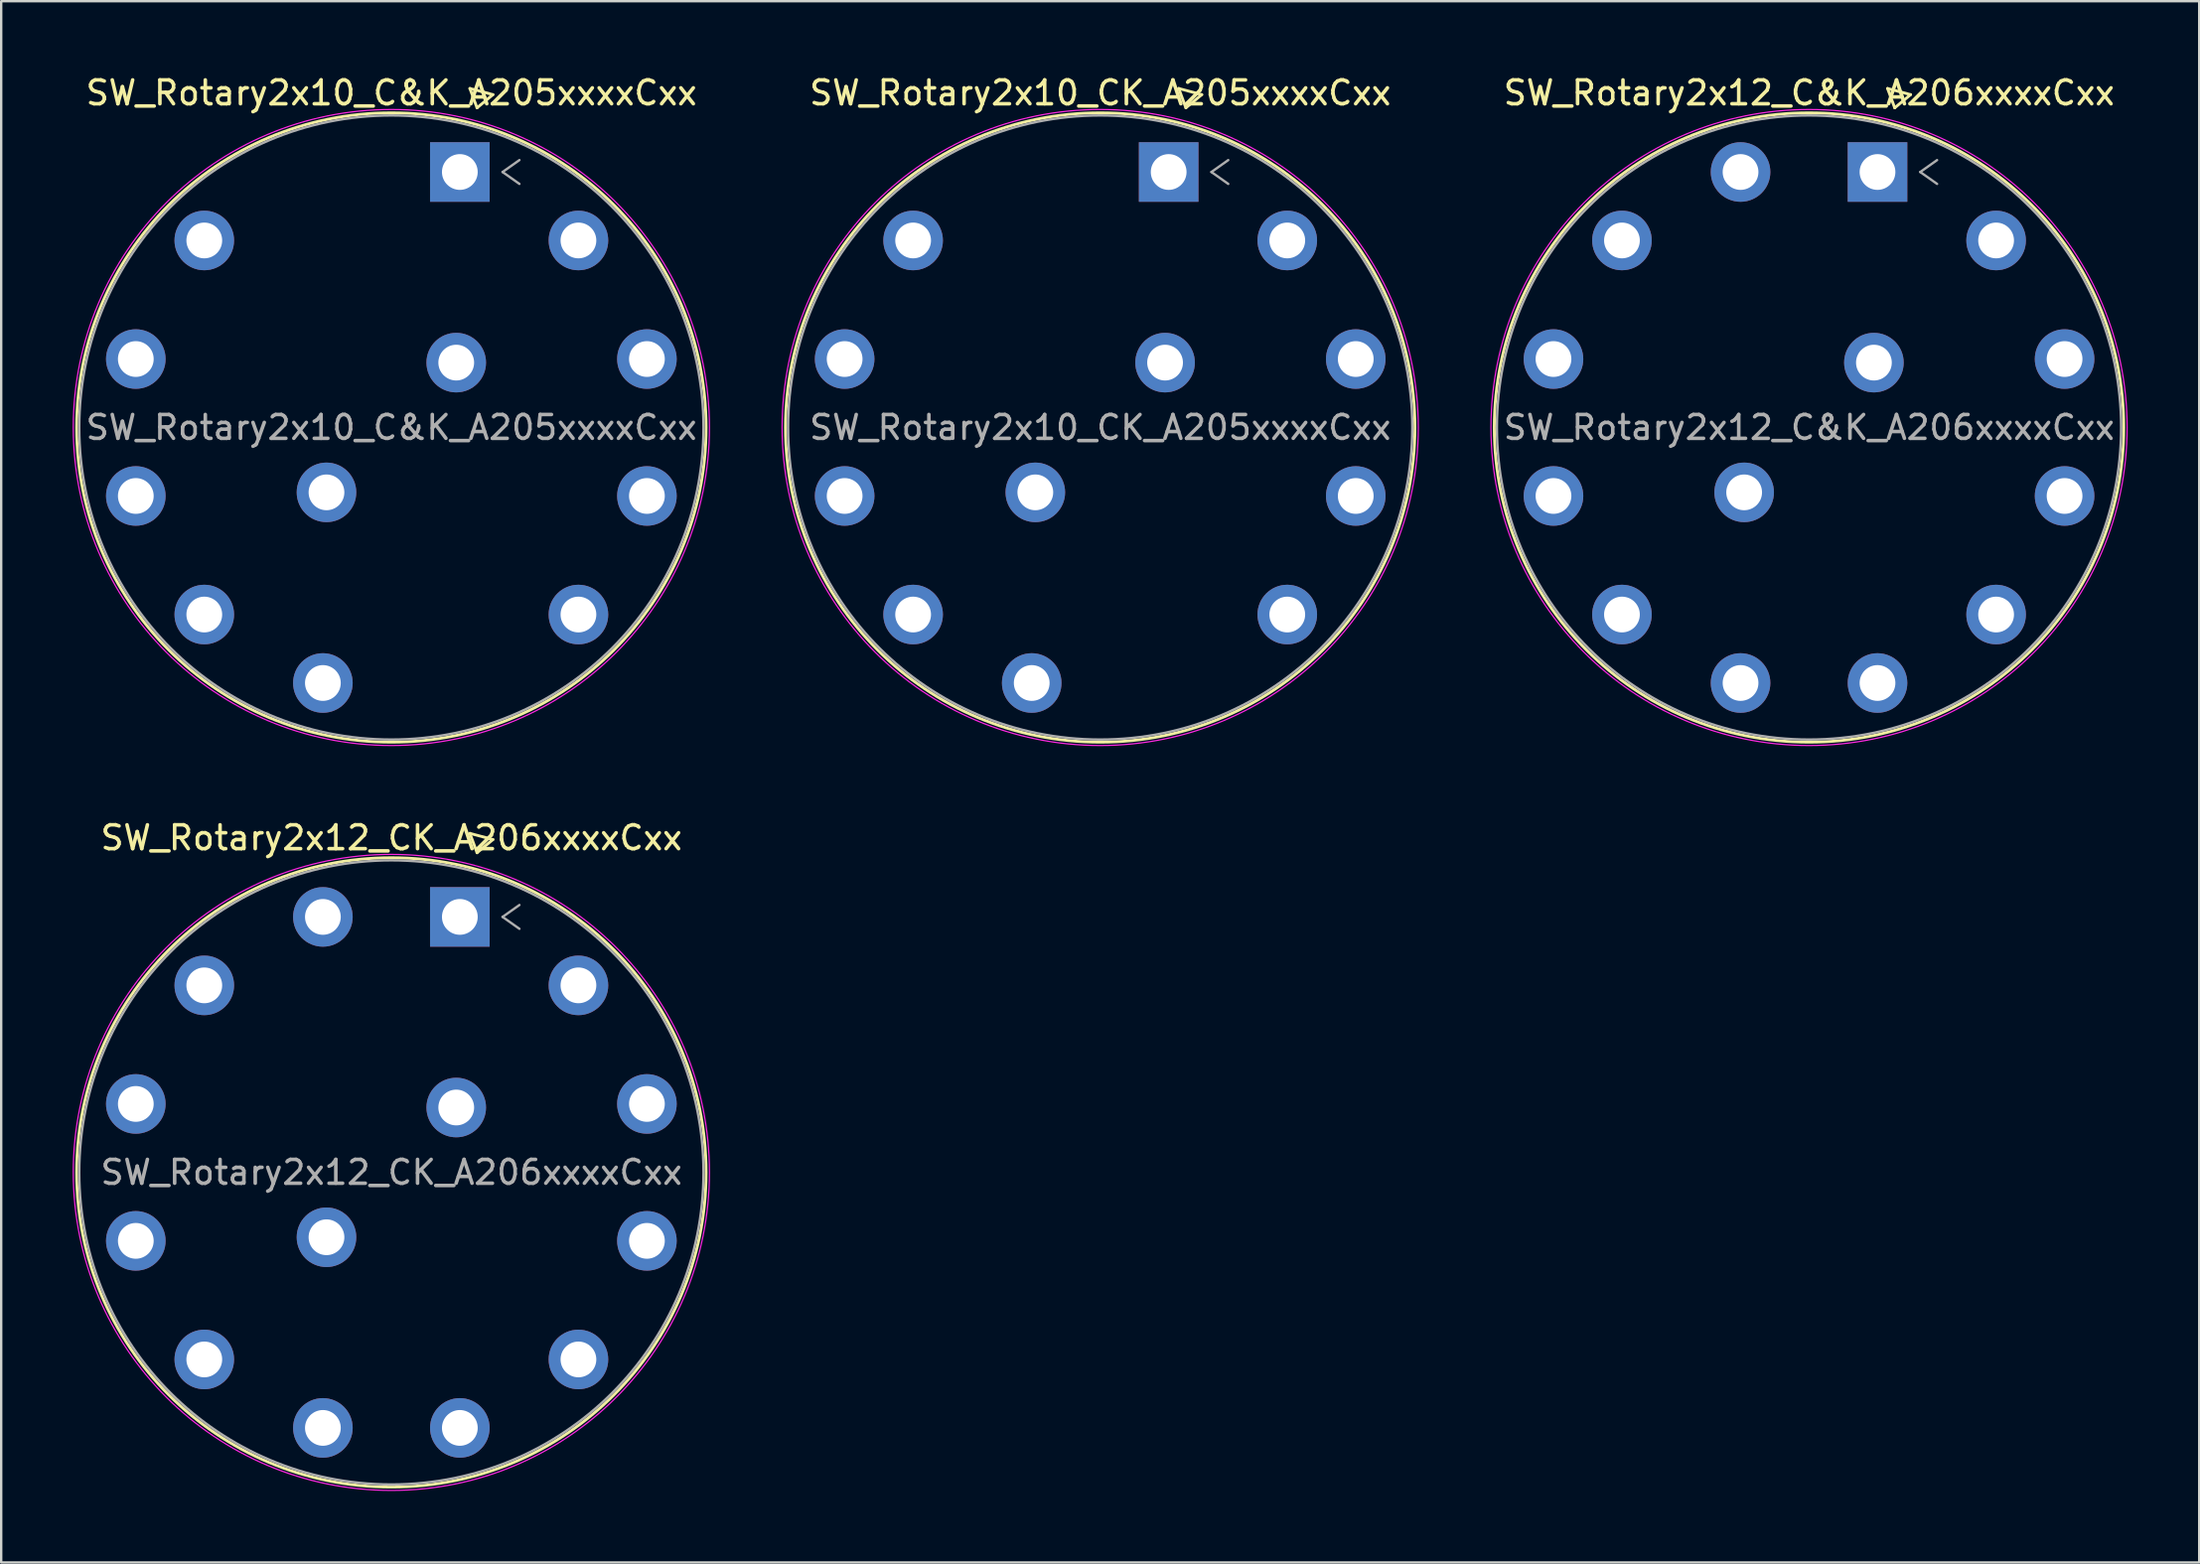
<source format=kicad_pcb>
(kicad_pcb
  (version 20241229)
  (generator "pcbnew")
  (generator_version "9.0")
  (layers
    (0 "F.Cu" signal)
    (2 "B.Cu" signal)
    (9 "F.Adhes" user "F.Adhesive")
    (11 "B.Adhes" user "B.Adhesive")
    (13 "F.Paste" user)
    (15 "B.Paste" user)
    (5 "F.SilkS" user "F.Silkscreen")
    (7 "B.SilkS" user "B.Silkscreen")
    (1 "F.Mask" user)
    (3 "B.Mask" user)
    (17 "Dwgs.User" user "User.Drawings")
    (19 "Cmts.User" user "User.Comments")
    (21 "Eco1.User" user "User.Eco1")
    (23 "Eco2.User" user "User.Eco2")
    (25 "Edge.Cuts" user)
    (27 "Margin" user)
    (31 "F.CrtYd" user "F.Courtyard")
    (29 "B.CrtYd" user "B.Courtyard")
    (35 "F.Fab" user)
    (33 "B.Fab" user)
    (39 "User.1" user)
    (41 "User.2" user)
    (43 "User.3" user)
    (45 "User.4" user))
  (footprint "SW_Rotary2x10_CK_A205xxxxCxx"
    (layer "F.Cu")
    (at 45.983 4.168)
    (property "Reference" "SW_Rotary2x10_CK_A205xxxxCxx" (at -2.87 -3.32 0) (layer "F.SilkS") (effects (font (size 1 1) (thickness 0.15))))
    (attr through_hole)
    (fp_line (start 0.422 -3.505) (end 0.722 -2.693) (stroke (width 0.12) (type solid)) (layer "F.SilkS"))
    (fp_line (start 0.722 -2.693) (end 1.388 -3.247) (stroke (width 0.12) (type solid)) (layer "F.SilkS"))
    (fp_line (start 1.388 -3.247) (end 0.422 -3.505) (stroke (width 0.12) (type solid)) (layer "F.SilkS"))
    (fp_circle (center -2.873 10.722) (end 10.332 10.722) (stroke (width 0.12) (type solid)) (fill no) (layer "F.SilkS"))
    (fp_circle (center -2.873 10.722) (end 10.472 10.722) (stroke (width 0.05) (type solid)) (fill no) (layer "F.CrtYd"))
    (fp_line (start 1.793 0) (end 2.5 0.5) (stroke (width 0.1) (type solid)) (layer "F.Fab"))
    (fp_line (start 2.5 -0.5) (end 1.793 0) (stroke (width 0.1) (type solid)) (layer "F.Fab"))
    (fp_circle (center -2.873 10.722) (end 10.222 10.722) (stroke (width 0.1) (type solid)) (fill no) (layer "F.Fab"))
    (fp_text user "${REFERENCE}" (at -2.87 10.72 0) (layer "F.Fab") (effects (font (size 1 1) (thickness 0.15))))
    (pad "1" thru_hole rect (at 0 0) (size 2.5 2.5) (drill 1.5) (layers "*.Cu" "*.Mask"))
    (pad "2" thru_hole circle (at 4.976 2.873) (size 2.5 2.5) (drill 1.5) (layers "*.Cu" "*.Mask"))
    (pad "3" thru_hole circle (at 7.849 7.849) (size 2.5 2.5) (drill 1.5) (layers "*.Cu" "*.Mask"))
    (pad "4" thru_hole circle (at 7.849 13.595) (size 2.5 2.5) (drill 1.5) (layers "*.Cu" "*.Mask"))
    (pad "5" thru_hole circle (at 4.976 18.571) (size 2.5 2.5) (drill 1.5) (layers "*.Cu" "*.Mask"))
    (pad "7" thru_hole circle (at -5.746 21.444) (size 2.5 2.5) (drill 1.5) (layers "*.Cu" "*.Mask"))
    (pad "8" thru_hole circle (at -10.722 18.571) (size 2.5 2.5) (drill 1.5) (layers "*.Cu" "*.Mask"))
    (pad "9" thru_hole circle (at -13.595 13.595) (size 2.5 2.5) (drill 1.5) (layers "*.Cu" "*.Mask"))
    (pad "10" thru_hole circle (at -13.595 7.849) (size 2.5 2.5) (drill 1.5) (layers "*.Cu" "*.Mask"))
    (pad "11" thru_hole circle (at -10.722 2.873) (size 2.5 2.5) (drill 1.5) (layers "*.Cu" "*.Mask"))
    (pad "A" thru_hole circle (at -0.151 7.999) (size 2.5 2.5) (drill 1.5) (layers "*.Cu" "*.Mask"))
    (pad "C" thru_hole circle (at -5.595 13.444) (size 2.5 2.5) (drill 1.5) (layers "*.Cu" "*.Mask")))
  (footprint "SW_Rotary2x12_C&K_A206xxxxCxx"
    (layer "F.Cu")
    (at 75.723 4.168)
    (property "Reference" "SW_Rotary2x12_C&K_A206xxxxCxx" (at -2.87 -3.32 0) (layer "F.SilkS") (effects (font (size 1 1) (thickness 0.15))))
    (attr through_hole)
    (fp_line (start 0.422 -3.505) (end 0.722 -2.693) (stroke (width 0.12) (type solid)) (layer "F.SilkS"))
    (fp_line (start 0.722 -2.693) (end 1.388 -3.247) (stroke (width 0.12) (type solid)) (layer "F.SilkS"))
    (fp_line (start 1.388 -3.247) (end 0.422 -3.505) (stroke (width 0.12) (type solid)) (layer "F.SilkS"))
    (fp_circle (center -2.873 10.722) (end 10.332 10.722) (stroke (width 0.12) (type solid)) (fill no) (layer "F.SilkS"))
    (fp_circle (center -2.873 10.722) (end 10.472 10.722) (stroke (width 0.05) (type solid)) (fill no) (layer "F.CrtYd"))
    (fp_line (start 1.793 0) (end 2.5 0.5) (stroke (width 0.1) (type solid)) (layer "F.Fab"))
    (fp_line (start 2.5 -0.5) (end 1.793 0) (stroke (width 0.1) (type solid)) (layer "F.Fab"))
    (fp_circle (center -2.873 10.722) (end 10.222 10.722) (stroke (width 0.1) (type solid)) (fill no) (layer "F.Fab"))
    (fp_text user "${REFERENCE}" (at -2.87 10.72 0) (layer "F.Fab") (effects (font (size 1 1) (thickness 0.15))))
    (pad "1" thru_hole rect (at 0 0) (size 2.5 2.5) (drill 1.5) (layers "*.Cu" "*.Mask"))
    (pad "2" thru_hole circle (at 4.976 2.873) (size 2.5 2.5) (drill 1.5) (layers "*.Cu" "*.Mask"))
    (pad "3" thru_hole circle (at 7.849 7.849) (size 2.5 2.5) (drill 1.5) (layers "*.Cu" "*.Mask"))
    (pad "4" thru_hole circle (at 7.849 13.595) (size 2.5 2.5) (drill 1.5) (layers "*.Cu" "*.Mask"))
    (pad "5" thru_hole circle (at 4.976 18.571) (size 2.5 2.5) (drill 1.5) (layers "*.Cu" "*.Mask"))
    (pad "6" thru_hole circle (at 0 21.444) (size 2.5 2.5) (drill 1.5) (layers "*.Cu" "*.Mask"))
    (pad "7" thru_hole circle (at -5.746 21.444) (size 2.5 2.5) (drill 1.5) (layers "*.Cu" "*.Mask"))
    (pad "8" thru_hole circle (at -10.722 18.571) (size 2.5 2.5) (drill 1.5) (layers "*.Cu" "*.Mask"))
    (pad "9" thru_hole circle (at -13.595 13.595) (size 2.5 2.5) (drill 1.5) (layers "*.Cu" "*.Mask"))
    (pad "10" thru_hole circle (at -13.595 7.849) (size 2.5 2.5) (drill 1.5) (layers "*.Cu" "*.Mask"))
    (pad "11" thru_hole circle (at -10.722 2.873) (size 2.5 2.5) (drill 1.5) (layers "*.Cu" "*.Mask"))
    (pad "12" thru_hole circle (at -5.746 0) (size 2.5 2.5) (drill 1.5) (layers "*.Cu" "*.Mask"))
    (pad "A" thru_hole circle (at -0.151 7.999) (size 2.5 2.5) (drill 1.5) (layers "*.Cu" "*.Mask"))
    (pad "C" thru_hole circle (at -5.595 13.444) (size 2.5 2.5) (drill 1.5) (layers "*.Cu" "*.Mask")))
  (footprint "SW_Rotary2x10_C&K_A205xxxxCxx"
    (layer "F.Cu")
    (at 16.243 4.168)
    (property "Reference" "SW_Rotary2x10_C&K_A205xxxxCxx" (at -2.87 -3.32 0) (layer "F.SilkS") (effects (font (size 1 1) (thickness 0.15))))
    (attr through_hole)
    (fp_line (start 0.422 -3.505) (end 0.722 -2.693) (stroke (width 0.12) (type solid)) (layer "F.SilkS"))
    (fp_line (start 0.722 -2.693) (end 1.388 -3.247) (stroke (width 0.12) (type solid)) (layer "F.SilkS"))
    (fp_line (start 1.388 -3.247) (end 0.422 -3.505) (stroke (width 0.12) (type solid)) (layer "F.SilkS"))
    (fp_circle (center -2.873 10.722) (end 10.332 10.722) (stroke (width 0.12) (type solid)) (fill no) (layer "F.SilkS"))
    (fp_circle (center -2.873 10.722) (end 10.472 10.722) (stroke (width 0.05) (type solid)) (fill no) (layer "F.CrtYd"))
    (fp_line (start 1.793 0) (end 2.5 0.5) (stroke (width 0.1) (type solid)) (layer "F.Fab"))
    (fp_line (start 2.5 -0.5) (end 1.793 0) (stroke (width 0.1) (type solid)) (layer "F.Fab"))
    (fp_circle (center -2.873 10.722) (end 10.222 10.722) (stroke (width 0.1) (type solid)) (fill no) (layer "F.Fab"))
    (fp_text user "${REFERENCE}" (at -2.87 10.72 0) (layer "F.Fab") (effects (font (size 1 1) (thickness 0.15))))
    (pad "1" thru_hole rect (at 0 0) (size 2.5 2.5) (drill 1.5) (layers "*.Cu" "*.Mask"))
    (pad "2" thru_hole circle (at 4.976 2.873) (size 2.5 2.5) (drill 1.5) (layers "*.Cu" "*.Mask"))
    (pad "3" thru_hole circle (at 7.849 7.849) (size 2.5 2.5) (drill 1.5) (layers "*.Cu" "*.Mask"))
    (pad "4" thru_hole circle (at 7.849 13.595) (size 2.5 2.5) (drill 1.5) (layers "*.Cu" "*.Mask"))
    (pad "5" thru_hole circle (at 4.976 18.571) (size 2.5 2.5) (drill 1.5) (layers "*.Cu" "*.Mask"))
    (pad "7" thru_hole circle (at -5.746 21.444) (size 2.5 2.5) (drill 1.5) (layers "*.Cu" "*.Mask"))
    (pad "8" thru_hole circle (at -10.722 18.571) (size 2.5 2.5) (drill 1.5) (layers "*.Cu" "*.Mask"))
    (pad "9" thru_hole circle (at -13.595 13.595) (size 2.5 2.5) (drill 1.5) (layers "*.Cu" "*.Mask"))
    (pad "10" thru_hole circle (at -13.595 7.849) (size 2.5 2.5) (drill 1.5) (layers "*.Cu" "*.Mask"))
    (pad "11" thru_hole circle (at -10.722 2.873) (size 2.5 2.5) (drill 1.5) (layers "*.Cu" "*.Mask"))
    (pad "A" thru_hole circle (at -0.151 7.999) (size 2.5 2.5) (drill 1.5) (layers "*.Cu" "*.Mask"))
    (pad "C" thru_hole circle (at -5.595 13.444) (size 2.5 2.5) (drill 1.5) (layers "*.Cu" "*.Mask")))
  (footprint "SW_Rotary2x12_CK_A206xxxxCxx"
    (layer "F.Cu")
    (at 16.243 35.428)
    (property "Reference" "SW_Rotary2x12_CK_A206xxxxCxx" (at -2.87 -3.32 0) (layer "F.SilkS") (effects (font (size 1 1) (thickness 0.15))))
    (attr through_hole)
    (fp_line (start 0.422 -3.505) (end 0.722 -2.693) (stroke (width 0.12) (type solid)) (layer "F.SilkS"))
    (fp_line (start 0.722 -2.693) (end 1.388 -3.247) (stroke (width 0.12) (type solid)) (layer "F.SilkS"))
    (fp_line (start 1.388 -3.247) (end 0.422 -3.505) (stroke (width 0.12) (type solid)) (layer "F.SilkS"))
    (fp_circle (center -2.873 10.722) (end 10.332 10.722) (stroke (width 0.12) (type solid)) (fill no) (layer "F.SilkS"))
    (fp_circle (center -2.873 10.722) (end 10.472 10.722) (stroke (width 0.05) (type solid)) (fill no) (layer "F.CrtYd"))
    (fp_line (start 1.793 0) (end 2.5 0.5) (stroke (width 0.1) (type solid)) (layer "F.Fab"))
    (fp_line (start 2.5 -0.5) (end 1.793 0) (stroke (width 0.1) (type solid)) (layer "F.Fab"))
    (fp_circle (center -2.873 10.722) (end 10.222 10.722) (stroke (width 0.1) (type solid)) (fill no) (layer "F.Fab"))
    (fp_text user "${REFERENCE}" (at -2.87 10.72 0) (layer "F.Fab") (effects (font (size 1 1) (thickness 0.15))))
    (pad "1" thru_hole rect (at 0 0) (size 2.5 2.5) (drill 1.5) (layers "*.Cu" "*.Mask"))
    (pad "2" thru_hole circle (at 4.976 2.873) (size 2.5 2.5) (drill 1.5) (layers "*.Cu" "*.Mask"))
    (pad "3" thru_hole circle (at 7.849 7.849) (size 2.5 2.5) (drill 1.5) (layers "*.Cu" "*.Mask"))
    (pad "4" thru_hole circle (at 7.849 13.595) (size 2.5 2.5) (drill 1.5) (layers "*.Cu" "*.Mask"))
    (pad "5" thru_hole circle (at 4.976 18.571) (size 2.5 2.5) (drill 1.5) (layers "*.Cu" "*.Mask"))
    (pad "6" thru_hole circle (at 0 21.444) (size 2.5 2.5) (drill 1.5) (layers "*.Cu" "*.Mask"))
    (pad "7" thru_hole circle (at -5.746 21.444) (size 2.5 2.5) (drill 1.5) (layers "*.Cu" "*.Mask"))
    (pad "8" thru_hole circle (at -10.722 18.571) (size 2.5 2.5) (drill 1.5) (layers "*.Cu" "*.Mask"))
    (pad "9" thru_hole circle (at -13.595 13.595) (size 2.5 2.5) (drill 1.5) (layers "*.Cu" "*.Mask"))
    (pad "10" thru_hole circle (at -13.595 7.849) (size 2.5 2.5) (drill 1.5) (layers "*.Cu" "*.Mask"))
    (pad "11" thru_hole circle (at -10.722 2.873) (size 2.5 2.5) (drill 1.5) (layers "*.Cu" "*.Mask"))
    (pad "12" thru_hole circle (at -5.746 0) (size 2.5 2.5) (drill 1.5) (layers "*.Cu" "*.Mask"))
    (pad "A" thru_hole circle (at -0.151 7.999) (size 2.5 2.5) (drill 1.5) (layers "*.Cu" "*.Mask"))
    (pad "C" thru_hole circle (at -5.595 13.444) (size 2.5 2.5) (drill 1.5) (layers "*.Cu" "*.Mask")))
  (gr_rect
    (start -3 -3)
    (end 89.22 62.52)
    (stroke (width 0.1) (type default))
    (fill no)
    (layer "Edge.Cuts")))
</source>
